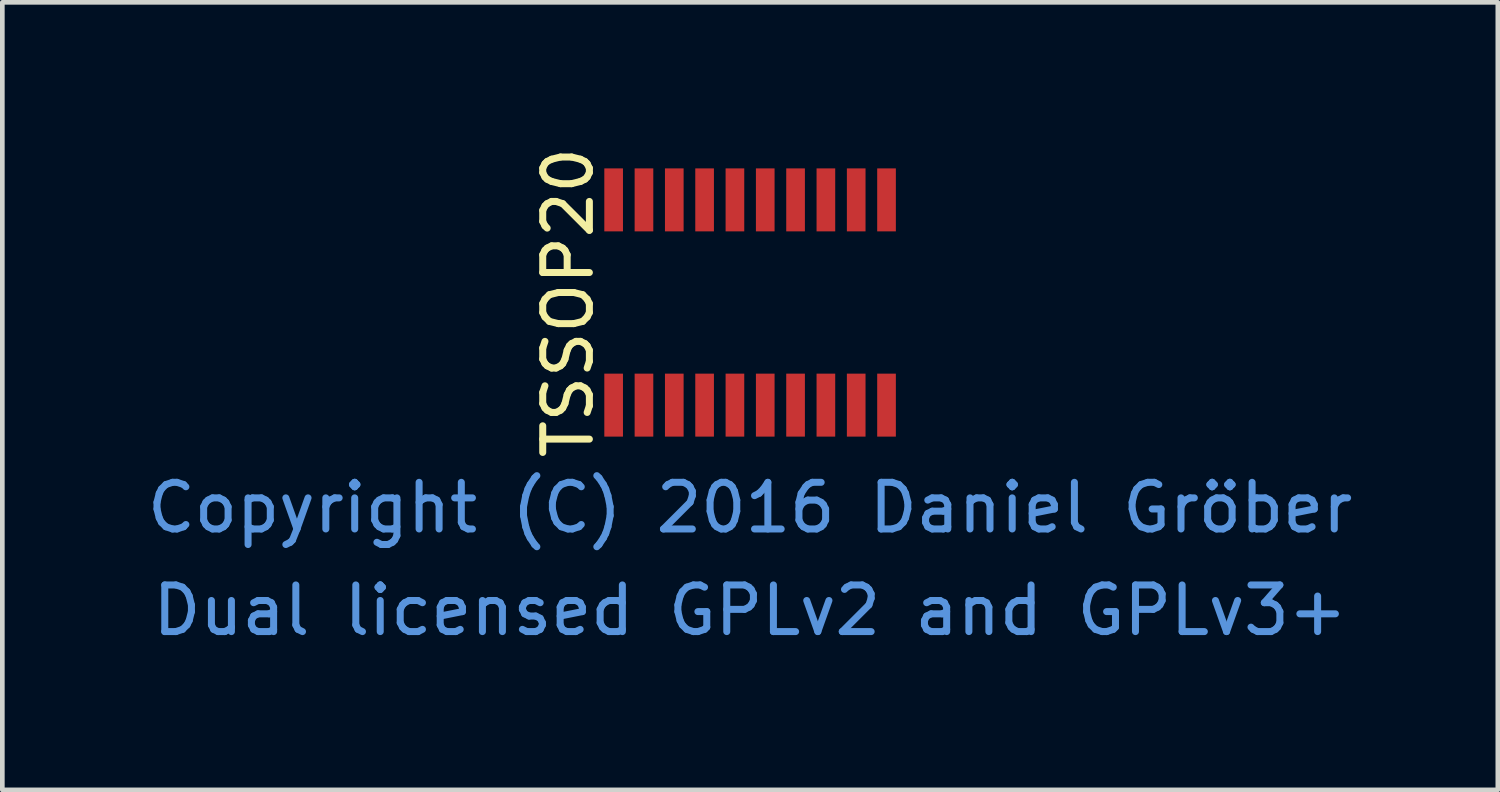
<source format=kicad_pcb>
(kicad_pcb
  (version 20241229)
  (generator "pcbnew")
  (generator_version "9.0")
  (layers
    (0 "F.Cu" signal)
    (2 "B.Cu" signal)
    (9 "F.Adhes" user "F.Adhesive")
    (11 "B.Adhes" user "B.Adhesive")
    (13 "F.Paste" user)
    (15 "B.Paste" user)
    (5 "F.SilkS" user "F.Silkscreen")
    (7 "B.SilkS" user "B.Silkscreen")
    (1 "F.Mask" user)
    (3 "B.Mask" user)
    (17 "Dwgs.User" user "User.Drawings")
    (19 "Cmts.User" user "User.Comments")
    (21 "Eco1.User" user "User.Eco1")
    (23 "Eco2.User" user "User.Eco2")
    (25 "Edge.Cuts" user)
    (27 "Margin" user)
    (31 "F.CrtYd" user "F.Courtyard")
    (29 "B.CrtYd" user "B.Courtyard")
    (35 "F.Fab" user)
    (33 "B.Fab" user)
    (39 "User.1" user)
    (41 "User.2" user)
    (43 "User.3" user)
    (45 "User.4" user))
  (footprint "TSSOP20"
    (layer "F.Cu")
    (at 13.03 3.435)
    (property "Reference" "TSSOP20" (at -3.9 0 90) (layer "F.SilkS") (effects (font (size 1 1) (thickness 0.15))))
    (attr through_hole)
    (fp_text user "Dual licensed GPLv2 and GPLv3+" (at 0 6.6 0) (layer "Cmts.User") (effects (font (size 1 1) (thickness 0.15))))
    (fp_text user "Copyright (C) 2016 Daniel Gröber" (at 0 4.4 0) (layer "Cmts.User") (effects (font (size 1 1) (thickness 0.15))))
    (pad "1" smd rect (at -2.925 2.2) (size 0.4 1.35) (layers "F.Cu" "F.Mask" "F.Paste"))
    (pad "2" smd rect (at -2.275 2.2) (size 0.4 1.35) (layers "F.Cu" "F.Mask" "F.Paste"))
    (pad "3" smd rect (at -1.625 2.2) (size 0.4 1.35) (layers "F.Cu" "F.Mask" "F.Paste"))
    (pad "4" smd rect (at -0.975 2.2) (size 0.4 1.35) (layers "F.Cu" "F.Mask" "F.Paste"))
    (pad "5" smd rect (at -0.325 2.2) (size 0.4 1.35) (layers "F.Cu" "F.Mask" "F.Paste"))
    (pad "6" smd rect (at 0.325 2.2) (size 0.4 1.35) (layers "F.Cu" "F.Mask" "F.Paste"))
    (pad "7" smd rect (at 0.975 2.2) (size 0.4 1.35) (layers "F.Cu" "F.Mask" "F.Paste"))
    (pad "8" smd rect (at 1.625 2.2) (size 0.4 1.35) (layers "F.Cu" "F.Mask" "F.Paste"))
    (pad "9" smd rect (at 2.275 2.2) (size 0.4 1.35) (layers "F.Cu" "F.Mask" "F.Paste"))
    (pad "10" smd rect (at 2.925 2.2) (size 0.4 1.35) (layers "F.Cu" "F.Mask" "F.Paste"))
    (pad "11" smd rect (at 2.925 -2.2) (size 0.4 1.35) (layers "F.Cu" "F.Mask" "F.Paste"))
    (pad "12" smd rect (at 2.275 -2.2) (size 0.4 1.35) (layers "F.Cu" "F.Mask" "F.Paste"))
    (pad "13" smd rect (at 1.625 -2.2) (size 0.4 1.35) (layers "F.Cu" "F.Mask" "F.Paste"))
    (pad "14" smd rect (at 0.975 -2.2) (size 0.4 1.35) (layers "F.Cu" "F.Mask" "F.Paste"))
    (pad "15" smd rect (at 0.325 -2.2) (size 0.4 1.35) (layers "F.Cu" "F.Mask" "F.Paste"))
    (pad "16" smd rect (at -0.325 -2.2) (size 0.4 1.35) (layers "F.Cu" "F.Mask" "F.Paste"))
    (pad "17" smd rect (at -0.975 -2.2) (size 0.4 1.35) (layers "F.Cu" "F.Mask" "F.Paste"))
    (pad "18" smd rect (at -1.625 -2.2) (size 0.4 1.35) (layers "F.Cu" "F.Mask" "F.Paste"))
    (pad "19" smd rect (at -2.275 -2.2) (size 0.4 1.35) (layers "F.Cu" "F.Mask" "F.Paste"))
    (pad "20" smd rect (at -2.925 -2.2) (size 0.4 1.35) (layers "F.Cu" "F.Mask" "F.Paste")))
  (gr_rect
    (start -3 -3)
    (end 29.06 13.883)
    (stroke (width 0.1) (type default))
    (fill no)
    (layer "Edge.Cuts")))
</source>
